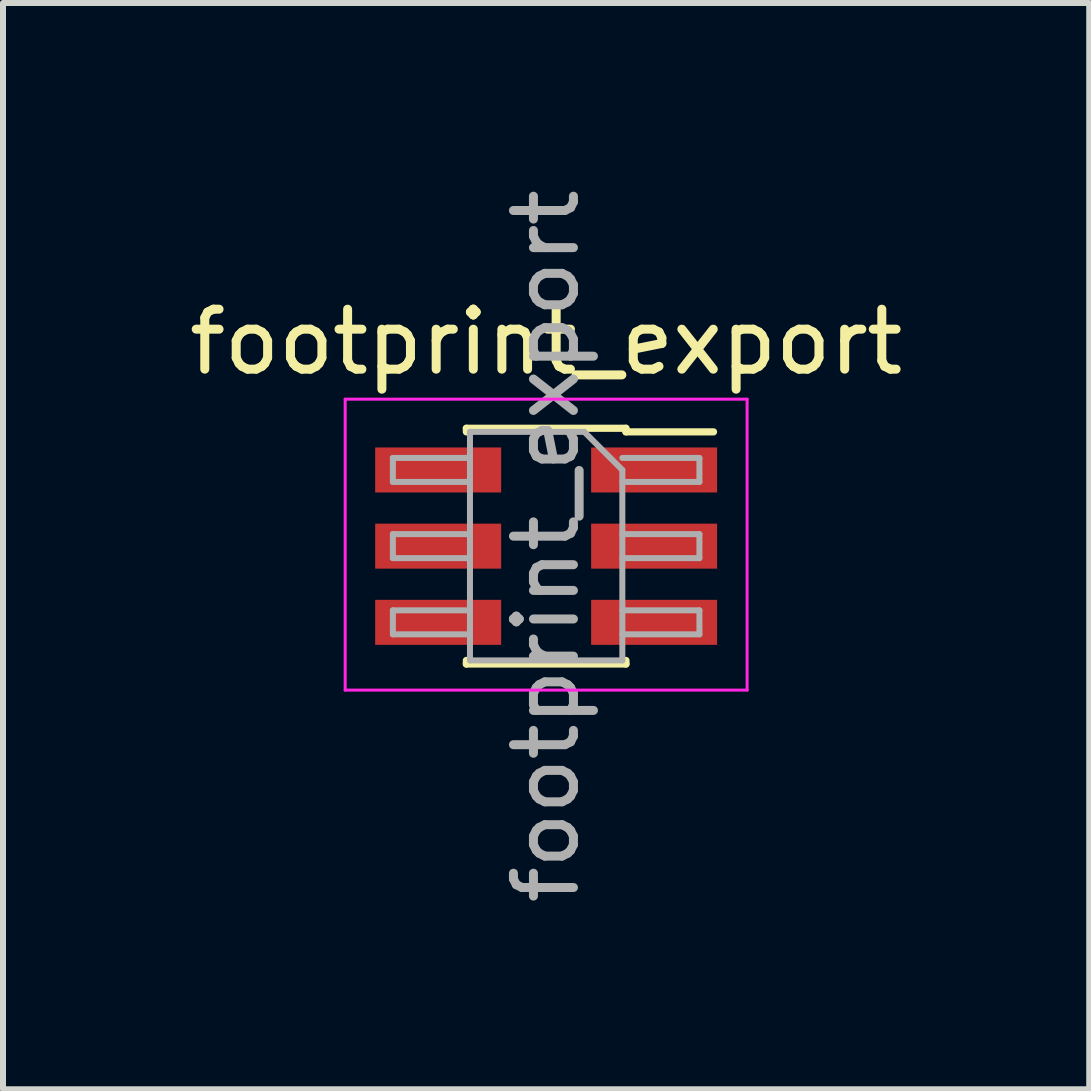
<source format=kicad_pcb>
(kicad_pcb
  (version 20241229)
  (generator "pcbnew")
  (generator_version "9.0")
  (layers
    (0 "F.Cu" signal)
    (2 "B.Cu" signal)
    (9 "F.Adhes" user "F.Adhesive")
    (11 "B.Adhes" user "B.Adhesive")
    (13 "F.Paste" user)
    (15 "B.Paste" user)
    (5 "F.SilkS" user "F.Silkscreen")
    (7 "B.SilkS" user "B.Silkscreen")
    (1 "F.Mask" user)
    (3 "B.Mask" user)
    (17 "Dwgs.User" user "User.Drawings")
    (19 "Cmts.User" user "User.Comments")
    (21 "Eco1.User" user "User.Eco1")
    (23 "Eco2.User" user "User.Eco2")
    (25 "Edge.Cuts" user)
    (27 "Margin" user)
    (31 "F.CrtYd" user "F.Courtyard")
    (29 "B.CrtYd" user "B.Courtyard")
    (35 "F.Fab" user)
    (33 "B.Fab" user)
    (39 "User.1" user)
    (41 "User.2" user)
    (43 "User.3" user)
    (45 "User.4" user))
  (footprint "footprint_export"
    (layer "F.Cu")
    (at 6.054 6.054)
    (property "Reference" "footprint_export" (at 0 -3.405 0) (layer "F.SilkS") (effects (font (size 1 1) (thickness 0.15))))
    (attr smd)
    (fp_line (start -1.33 -1.965) (end -1.33 -1.905) (stroke (width 0.12) (type solid)) (layer "F.SilkS"))
    (fp_line (start -1.33 -1.965) (end 1.33 -1.965) (stroke (width 0.12) (type solid)) (layer "F.SilkS"))
    (fp_line (start -1.33 1.905) (end -1.33 1.965) (stroke (width 0.12) (type solid)) (layer "F.SilkS"))
    (fp_line (start -1.33 1.965) (end 1.33 1.965) (stroke (width 0.12) (type solid)) (layer "F.SilkS"))
    (fp_line (start 1.33 -1.965) (end 1.33 -1.905) (stroke (width 0.12) (type solid)) (layer "F.SilkS"))
    (fp_line (start 1.33 -1.905) (end 2.79 -1.905) (stroke (width 0.12) (type solid)) (layer "F.SilkS"))
    (fp_line (start 1.33 1.905) (end 1.33 1.965) (stroke (width 0.12) (type solid)) (layer "F.SilkS"))
    (fp_line (start -3.35 -2.45) (end 3.35 -2.45) (stroke (width 0.05) (type solid)) (layer "F.CrtYd"))
    (fp_line (start -3.35 2.4) (end -3.35 -2.45) (stroke (width 0.05) (type solid)) (layer "F.CrtYd"))
    (fp_line (start 3.35 -2.45) (end 3.35 2.4) (stroke (width 0.05) (type solid)) (layer "F.CrtYd"))
    (fp_line (start 3.35 2.4) (end -3.35 2.4) (stroke (width 0.05) (type solid)) (layer "F.CrtYd"))
    (fp_line (start -2.555 -1.47) (end -1.27 -1.47) (stroke (width 0.1) (type solid)) (layer "F.Fab"))
    (fp_line (start -2.555 -1.07) (end -2.555 -1.47) (stroke (width 0.1) (type solid)) (layer "F.Fab"))
    (fp_line (start -2.555 -0.2) (end -1.27 -0.2) (stroke (width 0.1) (type solid)) (layer "F.Fab"))
    (fp_line (start -2.555 0.2) (end -2.555 -0.2) (stroke (width 0.1) (type solid)) (layer "F.Fab"))
    (fp_line (start -2.555 1.07) (end -1.27 1.07) (stroke (width 0.1) (type solid)) (layer "F.Fab"))
    (fp_line (start -2.555 1.47) (end -2.555 1.07) (stroke (width 0.1) (type solid)) (layer "F.Fab"))
    (fp_line (start -1.27 -1.905) (end 0.635 -1.905) (stroke (width 0.1) (type solid)) (layer "F.Fab"))
    (fp_line (start -1.27 -1.07) (end -2.555 -1.07) (stroke (width 0.1) (type solid)) (layer "F.Fab"))
    (fp_line (start -1.27 0.2) (end -2.555 0.2) (stroke (width 0.1) (type solid)) (layer "F.Fab"))
    (fp_line (start -1.27 1.47) (end -2.555 1.47) (stroke (width 0.1) (type solid)) (layer "F.Fab"))
    (fp_line (start -1.27 1.905) (end -1.27 -1.905) (stroke (width 0.1) (type solid)) (layer "F.Fab"))
    (fp_line (start 0.635 -1.905) (end 1.27 -1.27) (stroke (width 0.1) (type solid)) (layer "F.Fab"))
    (fp_line (start 1.27 -1.47) (end 2.555 -1.47) (stroke (width 0.1) (type solid)) (layer "F.Fab"))
    (fp_line (start 1.27 -1.27) (end 1.27 1.905) (stroke (width 0.1) (type solid)) (layer "F.Fab"))
    (fp_line (start 1.27 -0.2) (end 2.555 -0.2) (stroke (width 0.1) (type solid)) (layer "F.Fab"))
    (fp_line (start 1.27 1.07) (end 2.555 1.07) (stroke (width 0.1) (type solid)) (layer "F.Fab"))
    (fp_line (start 1.27 1.905) (end -1.27 1.905) (stroke (width 0.1) (type solid)) (layer "F.Fab"))
    (fp_line (start 2.555 -1.47) (end 2.555 -1.07) (stroke (width 0.1) (type solid)) (layer "F.Fab"))
    (fp_line (start 2.555 -1.07) (end 1.27 -1.07) (stroke (width 0.1) (type solid)) (layer "F.Fab"))
    (fp_line (start 2.555 -0.2) (end 2.555 0.2) (stroke (width 0.1) (type solid)) (layer "F.Fab"))
    (fp_line (start 2.555 0.2) (end 1.27 0.2) (stroke (width 0.1) (type solid)) (layer "F.Fab"))
    (fp_line (start 2.555 1.07) (end 2.555 1.47) (stroke (width 0.1) (type solid)) (layer "F.Fab"))
    (fp_line (start 2.555 1.47) (end 1.27 1.47) (stroke (width 0.1) (type solid)) (layer "F.Fab"))
    (fp_text user "${REFERENCE}" (at 0 0 90) (layer "F.Fab") (effects (font (size 1 1) (thickness 0.15))))
    (pad "1" smd rect (at 1.8 -1.27) (size 2.1 0.75) (layers "F.Cu" "F.Mask" "F.Paste"))
    (pad "2" smd rect (at -1.8 -1.27) (size 2.1 0.75) (layers "F.Cu" "F.Mask" "F.Paste"))
    (pad "3" smd rect (at 1.8 0) (size 2.1 0.75) (layers "F.Cu" "F.Mask" "F.Paste"))
    (pad "4" smd rect (at -1.8 0) (size 2.1 0.75) (layers "F.Cu" "F.Mask" "F.Paste"))
    (pad "5" smd rect (at 1.8 1.27) (size 2.1 0.75) (layers "F.Cu" "F.Mask" "F.Paste"))
    (pad "6" smd rect (at -1.8 1.27) (size 2.1 0.75) (layers "F.Cu" "F.Mask" "F.Paste")))
  (gr_rect
    (start -3 -3)
    (end 15.107 15.107)
    (stroke (width 0.1) (type default))
    (fill no)
    (layer "Edge.Cuts")))
</source>
